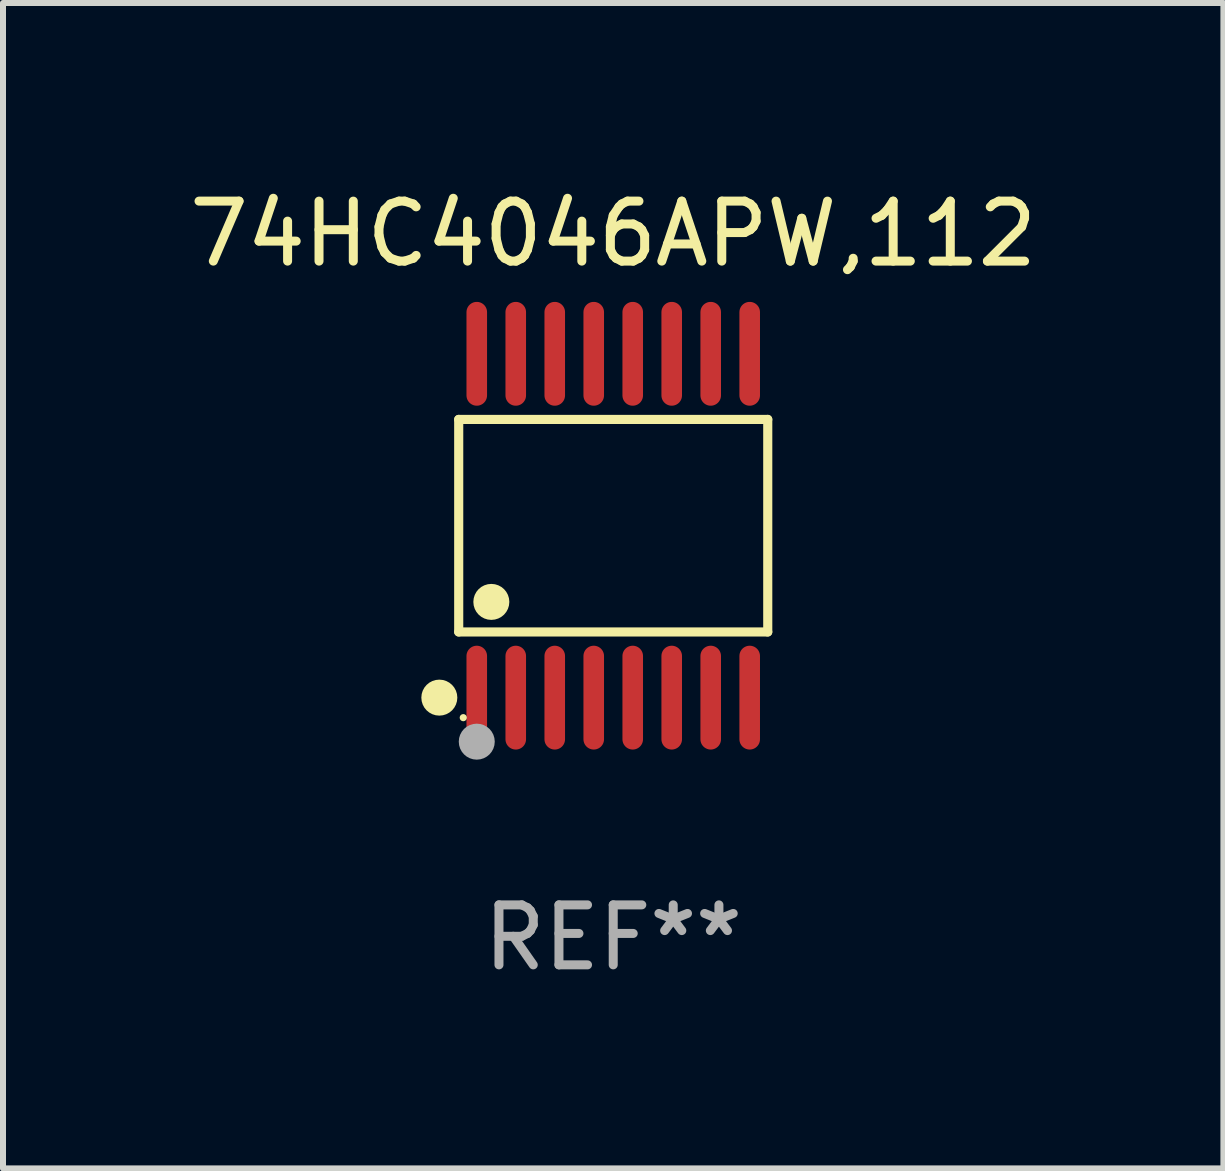
<source format=kicad_pcb>
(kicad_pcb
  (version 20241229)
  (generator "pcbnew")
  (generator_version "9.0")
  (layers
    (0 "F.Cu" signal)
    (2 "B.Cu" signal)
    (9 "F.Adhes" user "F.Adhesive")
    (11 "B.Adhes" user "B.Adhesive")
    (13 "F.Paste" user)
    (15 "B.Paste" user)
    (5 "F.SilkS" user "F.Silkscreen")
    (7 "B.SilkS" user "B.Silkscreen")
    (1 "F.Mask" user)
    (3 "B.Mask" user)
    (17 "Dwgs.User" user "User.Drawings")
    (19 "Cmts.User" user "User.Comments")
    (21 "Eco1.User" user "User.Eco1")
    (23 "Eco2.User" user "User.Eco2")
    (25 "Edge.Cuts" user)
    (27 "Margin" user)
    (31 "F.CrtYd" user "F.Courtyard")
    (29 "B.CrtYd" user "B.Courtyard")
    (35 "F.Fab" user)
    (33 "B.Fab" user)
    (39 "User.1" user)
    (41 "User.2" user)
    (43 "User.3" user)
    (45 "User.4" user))
  (footprint "74HC4046APW,112"
    (layer "F.Cu")
    (at 7.173 5.714)
    (property "Reference" "74HC4046APW,112" (at 0 -4.866 0) (layer "F.SilkS") (effects (font (size 1 1) (thickness 0.15))))
    (attr through_hole)
    (fp_line (start -2.576 -1.772) (end 2.576 -1.772) (stroke (width 0.152) (type solid)) (layer "F.SilkS"))
    (fp_line (start -2.576 1.771) (end -2.576 -1.772) (stroke (width 0.152) (type solid)) (layer "F.SilkS"))
    (fp_line (start 2.576 -1.772) (end 2.576 1.771) (stroke (width 0.152) (type solid)) (layer "F.SilkS"))
    (fp_line (start 2.576 1.771) (end -2.576 1.771) (stroke (width 0.152) (type solid)) (layer "F.SilkS"))
    (fp_circle (center -2.899 2.866) (end -2.749 2.866) (stroke (width 0.3) (type solid)) (fill no) (layer "F.SilkS"))
    (fp_circle (center -2.5 3.2) (end -2.47 3.2) (stroke (width 0.06) (type solid)) (fill no) (layer "F.SilkS"))
    (fp_circle (center -2.032 1.27) (end -1.882 1.27) (stroke (width 0.3) (type solid)) (fill no) (layer "F.SilkS"))
    (fp_circle (center -2.275 3.6) (end -2.125 3.6) (stroke (width 0.3) (type solid)) (fill no) (layer "F.Fab"))
    (fp_text user "REF**" (at 0 6.866 0) (layer "F.Fab") (effects (font (size 1 1) (thickness 0.15))))
    (pad "1" smd oval (at -2.275 2.866) (size 0.343 1.731) (layers "F.Cu" "F.Mask" "F.Paste"))
    (pad "2" smd oval (at -1.625 2.866) (size 0.343 1.731) (layers "F.Cu" "F.Mask" "F.Paste"))
    (pad "3" smd oval (at -0.975 2.866) (size 0.343 1.731) (layers "F.Cu" "F.Mask" "F.Paste"))
    (pad "4" smd oval (at -0.325 2.866) (size 0.343 1.731) (layers "F.Cu" "F.Mask" "F.Paste"))
    (pad "5" smd oval (at 0.325 2.866) (size 0.343 1.731) (layers "F.Cu" "F.Mask" "F.Paste"))
    (pad "6" smd oval (at 0.975 2.866) (size 0.343 1.731) (layers "F.Cu" "F.Mask" "F.Paste"))
    (pad "7" smd oval (at 1.625 2.866) (size 0.343 1.731) (layers "F.Cu" "F.Mask" "F.Paste"))
    (pad "8" smd oval (at 2.275 2.866) (size 0.343 1.731) (layers "F.Cu" "F.Mask" "F.Paste"))
    (pad "9" smd oval (at 2.275 -2.866) (size 0.343 1.731) (layers "F.Cu" "F.Mask" "F.Paste"))
    (pad "10" smd oval (at 1.625 -2.866) (size 0.343 1.731) (layers "F.Cu" "F.Mask" "F.Paste"))
    (pad "11" smd oval (at 0.975 -2.866) (size 0.343 1.731) (layers "F.Cu" "F.Mask" "F.Paste"))
    (pad "12" smd oval (at 0.325 -2.866) (size 0.343 1.731) (layers "F.Cu" "F.Mask" "F.Paste"))
    (pad "13" smd oval (at -0.325 -2.866) (size 0.343 1.731) (layers "F.Cu" "F.Mask" "F.Paste"))
    (pad "14" smd oval (at -0.975 -2.866) (size 0.343 1.731) (layers "F.Cu" "F.Mask" "F.Paste"))
    (pad "15" smd oval (at -1.625 -2.866) (size 0.343 1.731) (layers "F.Cu" "F.Mask" "F.Paste"))
    (pad "16" smd oval (at -2.275 -2.866) (size 0.343 1.731) (layers "F.Cu" "F.Mask" "F.Paste")))
  (gr_rect
    (start -3 -3)
    (end 17.345 16.428)
    (stroke (width 0.1) (type default))
    (fill no)
    (layer "Edge.Cuts")))
</source>
